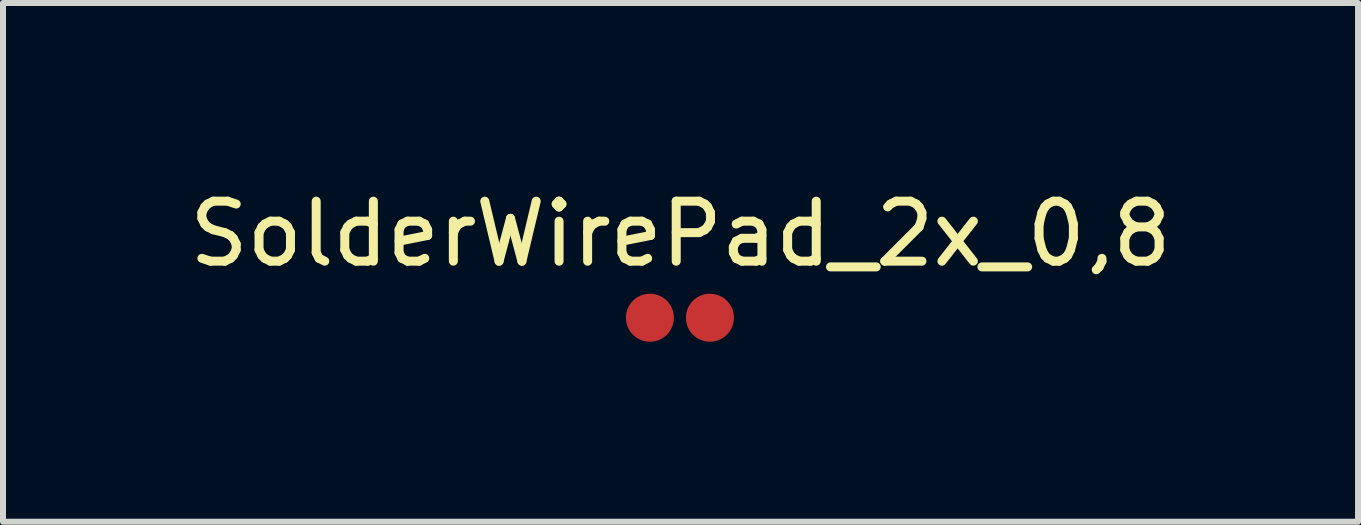
<source format=kicad_pcb>
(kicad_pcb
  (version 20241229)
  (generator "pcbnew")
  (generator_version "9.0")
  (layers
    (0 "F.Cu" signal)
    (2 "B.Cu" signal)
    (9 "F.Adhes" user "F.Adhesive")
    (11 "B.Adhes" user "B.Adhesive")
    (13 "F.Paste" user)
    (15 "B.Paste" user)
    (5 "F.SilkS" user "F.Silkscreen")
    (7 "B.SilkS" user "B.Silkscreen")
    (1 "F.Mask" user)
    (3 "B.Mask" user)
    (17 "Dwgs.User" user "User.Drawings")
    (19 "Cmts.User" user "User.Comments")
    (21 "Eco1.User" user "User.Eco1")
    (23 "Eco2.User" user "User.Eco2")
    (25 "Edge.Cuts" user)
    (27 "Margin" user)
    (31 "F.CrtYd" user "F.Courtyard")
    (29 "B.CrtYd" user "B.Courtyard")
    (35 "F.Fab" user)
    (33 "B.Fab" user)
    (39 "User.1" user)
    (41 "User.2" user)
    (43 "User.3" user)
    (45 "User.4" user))
  (footprint "SolderWirePad_2x_0,8"
    (layer "F.Cu")
    (at 8.281 2.245)
    (property "Reference" "SolderWirePad_2x_0,8" (at 0.01 -1.397 0) (layer "F.SilkS") (effects (font (size 1 1) (thickness 0.15))))
    (attr through_hole)
    (pad "1" smd circle (at -0.5 0) (size 0.8 0.8) (layers "F.Cu" "F.Mask"))
    (pad "2" smd circle (at 0.5 0) (size 0.8 0.8) (layers "F.Cu" "F.Mask")))
  (gr_rect
    (start -3 -3)
    (end 19.583 5.645)
    (stroke (width 0.1) (type default))
    (fill no)
    (layer "Edge.Cuts")))
</source>
